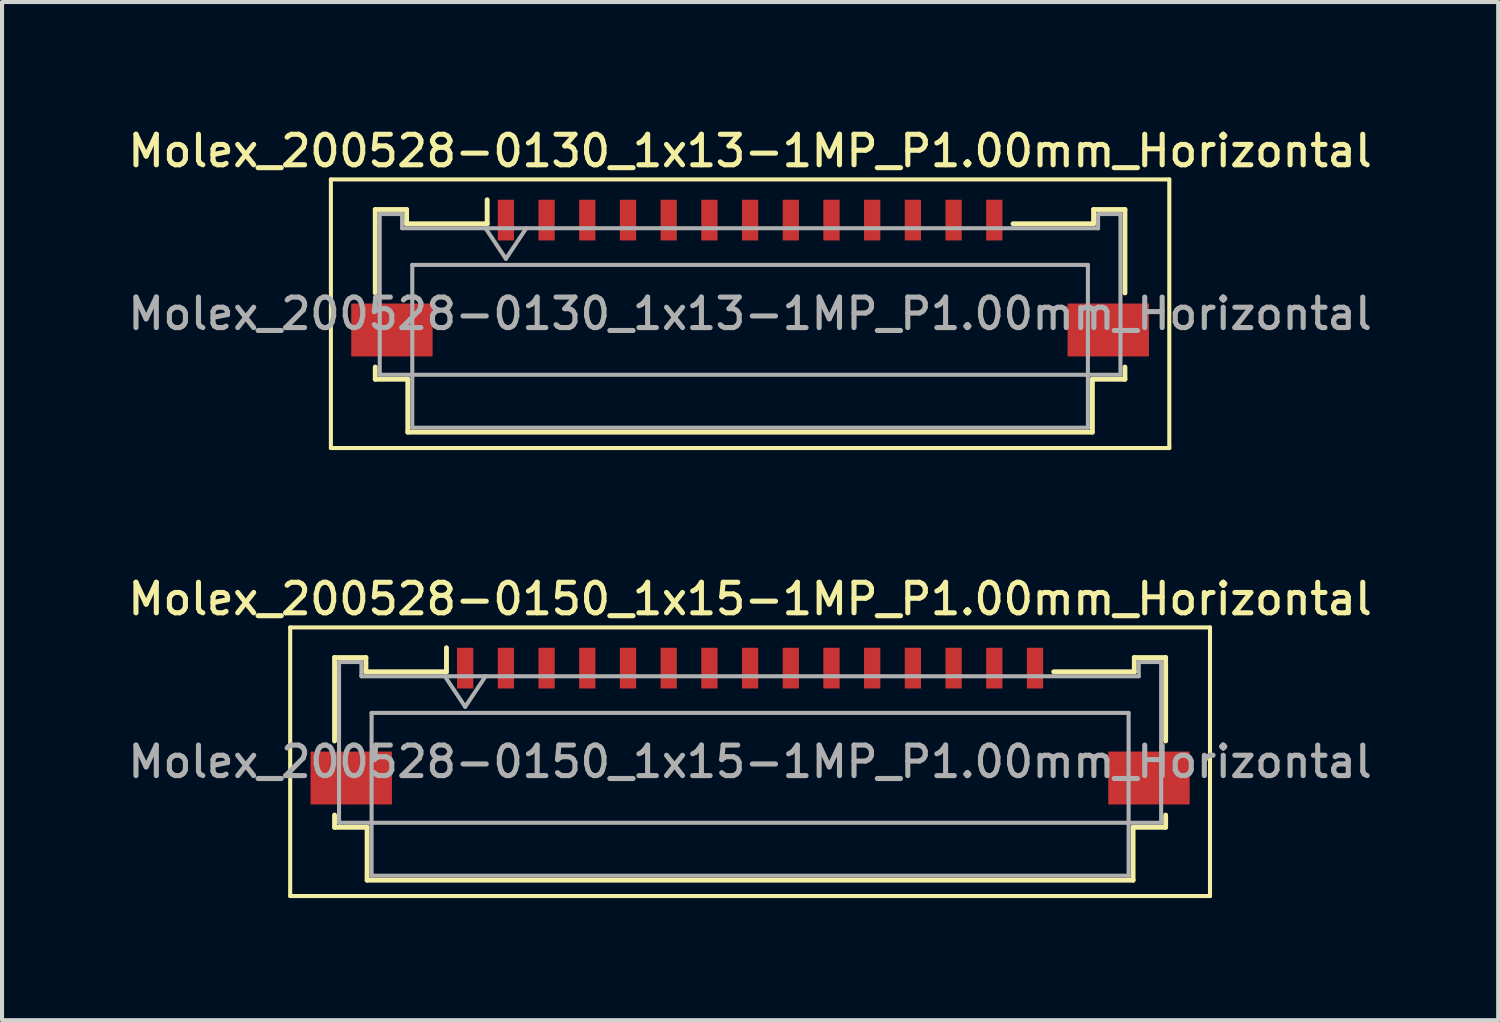
<source format=kicad_pcb>
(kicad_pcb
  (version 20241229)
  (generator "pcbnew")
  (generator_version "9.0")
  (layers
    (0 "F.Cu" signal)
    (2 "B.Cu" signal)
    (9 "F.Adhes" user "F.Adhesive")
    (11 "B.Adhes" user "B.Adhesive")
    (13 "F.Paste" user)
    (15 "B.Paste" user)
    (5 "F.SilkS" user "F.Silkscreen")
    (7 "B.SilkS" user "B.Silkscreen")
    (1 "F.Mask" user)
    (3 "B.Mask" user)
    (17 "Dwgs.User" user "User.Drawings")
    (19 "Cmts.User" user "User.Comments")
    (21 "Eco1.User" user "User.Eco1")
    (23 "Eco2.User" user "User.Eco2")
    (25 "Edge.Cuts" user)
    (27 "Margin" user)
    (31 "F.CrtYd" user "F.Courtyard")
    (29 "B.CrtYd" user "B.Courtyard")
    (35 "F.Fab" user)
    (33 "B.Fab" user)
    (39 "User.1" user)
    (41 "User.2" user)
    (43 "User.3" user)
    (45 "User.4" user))
  (footprint "Molex_200528-0130_1x13-1MP_P1.00mm_Horizontal"
    (layer "F.Cu")
    (at 15.38 3.268)
    (property "Reference" "Molex_200528-0130_1x13-1MP_P1.00mm_Horizontal" (at 0 -2.61 0) (layer "F.SilkS") (effects (font (size 0.75 0.75) (thickness 0.125))))
    (attr smd)
    (fp_line (start -10.3 -1.91) (end -10.3 4.69) (stroke (width 0.1) (type solid)) (layer "F.SilkS"))
    (fp_line (start -10.3 4.69) (end 10.3 4.69) (stroke (width 0.1) (type solid)) (layer "F.SilkS"))
    (fp_line (start -9.21 -1.17) (end -9.21 0.88) (stroke (width 0.12) (type solid)) (layer "F.SilkS"))
    (fp_line (start -9.21 2.7) (end -9.21 3) (stroke (width 0.12) (type solid)) (layer "F.SilkS"))
    (fp_line (start -9.21 3) (end -8.41 3) (stroke (width 0.12) (type solid)) (layer "F.SilkS"))
    (fp_line (start -8.44 -1.17) (end -9.21 -1.17) (stroke (width 0.12) (type solid)) (layer "F.SilkS"))
    (fp_line (start -8.44 -0.82) (end -8.44 -1.17) (stroke (width 0.12) (type solid)) (layer "F.SilkS"))
    (fp_line (start -8.41 3) (end -8.41 4.3) (stroke (width 0.12) (type solid)) (layer "F.SilkS"))
    (fp_line (start -8.41 4.3) (end 8.41 4.3) (stroke (width 0.12) (type solid)) (layer "F.SilkS"))
    (fp_line (start -6.46 -1.41) (end -6.46 -0.82) (stroke (width 0.12) (type solid)) (layer "F.SilkS"))
    (fp_line (start -6.46 -0.82) (end -8.44 -0.82) (stroke (width 0.12) (type solid)) (layer "F.SilkS"))
    (fp_line (start 8.41 3) (end 9.21 3) (stroke (width 0.12) (type solid)) (layer "F.SilkS"))
    (fp_line (start 8.41 4.3) (end 8.41 3) (stroke (width 0.12) (type solid)) (layer "F.SilkS"))
    (fp_line (start 8.44 -1.17) (end 8.44 -0.82) (stroke (width 0.12) (type solid)) (layer "F.SilkS"))
    (fp_line (start 8.44 -0.82) (end 6.46 -0.82) (stroke (width 0.12) (type solid)) (layer "F.SilkS"))
    (fp_line (start 9.21 -1.17) (end 8.44 -1.17) (stroke (width 0.12) (type solid)) (layer "F.SilkS"))
    (fp_line (start 9.21 0.88) (end 9.21 -1.17) (stroke (width 0.12) (type solid)) (layer "F.SilkS"))
    (fp_line (start 9.21 3) (end 9.21 2.7) (stroke (width 0.12) (type solid)) (layer "F.SilkS"))
    (fp_line (start 10.3 -1.91) (end -10.3 -1.91) (stroke (width 0.1) (type solid)) (layer "F.SilkS"))
    (fp_line (start 10.3 4.69) (end 10.3 -1.91) (stroke (width 0.1) (type solid)) (layer "F.SilkS"))
    (fp_line (start -9.1 -1.06) (end -9.1 2.89) (stroke (width 0.1) (type solid)) (layer "F.Fab"))
    (fp_line (start -9.1 2.89) (end 9.1 2.89) (stroke (width 0.1) (type solid)) (layer "F.Fab"))
    (fp_line (start -8.55 -1.06) (end -9.1 -1.06) (stroke (width 0.1) (type solid)) (layer "F.Fab"))
    (fp_line (start -8.55 -0.71) (end -8.55 -1.06) (stroke (width 0.1) (type solid)) (layer "F.Fab"))
    (fp_line (start -8.3 0.19) (end -8.3 4.19) (stroke (width 0.1) (type solid)) (layer "F.Fab"))
    (fp_line (start -8.3 4.19) (end 8.3 4.19) (stroke (width 0.1) (type solid)) (layer "F.Fab"))
    (fp_line (start -6.5 -0.71) (end -6 0.04) (stroke (width 0.1) (type solid)) (layer "F.Fab"))
    (fp_line (start -6 0.04) (end -5.5 -0.71) (stroke (width 0.1) (type solid)) (layer "F.Fab"))
    (fp_line (start 8.3 0.19) (end -8.3 0.19) (stroke (width 0.1) (type solid)) (layer "F.Fab"))
    (fp_line (start 8.3 4.19) (end 8.3 0.19) (stroke (width 0.1) (type solid)) (layer "F.Fab"))
    (fp_line (start 8.55 -1.06) (end 8.55 -0.71) (stroke (width 0.1) (type solid)) (layer "F.Fab"))
    (fp_line (start 8.55 -0.71) (end -8.55 -0.71) (stroke (width 0.1) (type solid)) (layer "F.Fab"))
    (fp_line (start 9.1 -1.06) (end 8.55 -1.06) (stroke (width 0.1) (type solid)) (layer "F.Fab"))
    (fp_line (start 9.1 2.89) (end 9.1 -1.06) (stroke (width 0.1) (type solid)) (layer "F.Fab"))
    (fp_text user "${REFERENCE}" (at 0 1.39 0) (layer "F.Fab") (effects (font (size 0.75 0.75) (thickness 0.125))))
    (pad "1" smd rect (at -6 -0.91) (size 0.4 1) (layers "F.Cu" "F.Mask" "F.Paste"))
    (pad "2" smd rect (at -5 -0.91) (size 0.4 1) (layers "F.Cu" "F.Mask" "F.Paste"))
    (pad "3" smd rect (at -4 -0.91) (size 0.4 1) (layers "F.Cu" "F.Mask" "F.Paste"))
    (pad "4" smd rect (at -3 -0.91) (size 0.4 1) (layers "F.Cu" "F.Mask" "F.Paste"))
    (pad "5" smd rect (at -2 -0.91) (size 0.4 1) (layers "F.Cu" "F.Mask" "F.Paste"))
    (pad "6" smd rect (at -1 -0.91) (size 0.4 1) (layers "F.Cu" "F.Mask" "F.Paste"))
    (pad "7" smd rect (at 0 -0.91) (size 0.4 1) (layers "F.Cu" "F.Mask" "F.Paste"))
    (pad "8" smd rect (at 1 -0.91) (size 0.4 1) (layers "F.Cu" "F.Mask" "F.Paste"))
    (pad "9" smd rect (at 2 -0.91) (size 0.4 1) (layers "F.Cu" "F.Mask" "F.Paste"))
    (pad "10" smd rect (at 3 -0.91) (size 0.4 1) (layers "F.Cu" "F.Mask" "F.Paste"))
    (pad "11" smd rect (at 4 -0.91) (size 0.4 1) (layers "F.Cu" "F.Mask" "F.Paste"))
    (pad "12" smd rect (at 5 -0.91) (size 0.4 1) (layers "F.Cu" "F.Mask" "F.Paste"))
    (pad "13" smd rect (at 6 -0.91) (size 0.4 1) (layers "F.Cu" "F.Mask" "F.Paste"))
    (pad "MP" smd rect (at -8.8 1.79) (size 2 1.3) (layers "F.Cu" "F.Mask" "F.Paste"))
    (pad "MP" smd rect (at 8.8 1.79) (size 2 1.3) (layers "F.Cu" "F.Mask" "F.Paste")))
  (footprint "Molex_200528-0150_1x15-1MP_P1.00mm_Horizontal"
    (layer "F.Cu")
    (at 15.38 14.276)
    (property "Reference" "Molex_200528-0150_1x15-1MP_P1.00mm_Horizontal" (at 0 -2.61 0) (layer "F.SilkS") (effects (font (size 0.75 0.75) (thickness 0.125))))
    (attr smd)
    (fp_line (start -11.3 -1.91) (end -11.3 4.69) (stroke (width 0.1) (type solid)) (layer "F.SilkS"))
    (fp_line (start -11.3 4.69) (end 11.3 4.69) (stroke (width 0.1) (type solid)) (layer "F.SilkS"))
    (fp_line (start -10.21 -1.17) (end -10.21 0.88) (stroke (width 0.12) (type solid)) (layer "F.SilkS"))
    (fp_line (start -10.21 2.7) (end -10.21 3) (stroke (width 0.12) (type solid)) (layer "F.SilkS"))
    (fp_line (start -10.21 3) (end -9.41 3) (stroke (width 0.12) (type solid)) (layer "F.SilkS"))
    (fp_line (start -9.44 -1.17) (end -10.21 -1.17) (stroke (width 0.12) (type solid)) (layer "F.SilkS"))
    (fp_line (start -9.44 -0.82) (end -9.44 -1.17) (stroke (width 0.12) (type solid)) (layer "F.SilkS"))
    (fp_line (start -9.41 3) (end -9.41 4.3) (stroke (width 0.12) (type solid)) (layer "F.SilkS"))
    (fp_line (start -9.41 4.3) (end 9.41 4.3) (stroke (width 0.12) (type solid)) (layer "F.SilkS"))
    (fp_line (start -7.46 -1.41) (end -7.46 -0.82) (stroke (width 0.12) (type solid)) (layer "F.SilkS"))
    (fp_line (start -7.46 -0.82) (end -9.44 -0.82) (stroke (width 0.12) (type solid)) (layer "F.SilkS"))
    (fp_line (start 9.41 3) (end 10.21 3) (stroke (width 0.12) (type solid)) (layer "F.SilkS"))
    (fp_line (start 9.41 4.3) (end 9.41 3) (stroke (width 0.12) (type solid)) (layer "F.SilkS"))
    (fp_line (start 9.44 -1.17) (end 9.44 -0.82) (stroke (width 0.12) (type solid)) (layer "F.SilkS"))
    (fp_line (start 9.44 -0.82) (end 7.46 -0.82) (stroke (width 0.12) (type solid)) (layer "F.SilkS"))
    (fp_line (start 10.21 -1.17) (end 9.44 -1.17) (stroke (width 0.12) (type solid)) (layer "F.SilkS"))
    (fp_line (start 10.21 0.88) (end 10.21 -1.17) (stroke (width 0.12) (type solid)) (layer "F.SilkS"))
    (fp_line (start 10.21 3) (end 10.21 2.7) (stroke (width 0.12) (type solid)) (layer "F.SilkS"))
    (fp_line (start 11.3 -1.91) (end -11.3 -1.91) (stroke (width 0.1) (type solid)) (layer "F.SilkS"))
    (fp_line (start 11.3 4.69) (end 11.3 -1.91) (stroke (width 0.1) (type solid)) (layer "F.SilkS"))
    (fp_line (start -10.1 -1.06) (end -10.1 2.89) (stroke (width 0.1) (type solid)) (layer "F.Fab"))
    (fp_line (start -10.1 2.89) (end 10.1 2.89) (stroke (width 0.1) (type solid)) (layer "F.Fab"))
    (fp_line (start -9.55 -1.06) (end -10.1 -1.06) (stroke (width 0.1) (type solid)) (layer "F.Fab"))
    (fp_line (start -9.55 -0.71) (end -9.55 -1.06) (stroke (width 0.1) (type solid)) (layer "F.Fab"))
    (fp_line (start -9.3 0.19) (end -9.3 4.19) (stroke (width 0.1) (type solid)) (layer "F.Fab"))
    (fp_line (start -9.3 4.19) (end 9.3 4.19) (stroke (width 0.1) (type solid)) (layer "F.Fab"))
    (fp_line (start -7.5 -0.71) (end -7 0.04) (stroke (width 0.1) (type solid)) (layer "F.Fab"))
    (fp_line (start -7 0.04) (end -6.5 -0.71) (stroke (width 0.1) (type solid)) (layer "F.Fab"))
    (fp_line (start 9.3 0.19) (end -9.3 0.19) (stroke (width 0.1) (type solid)) (layer "F.Fab"))
    (fp_line (start 9.3 4.19) (end 9.3 0.19) (stroke (width 0.1) (type solid)) (layer "F.Fab"))
    (fp_line (start 9.55 -1.06) (end 9.55 -0.71) (stroke (width 0.1) (type solid)) (layer "F.Fab"))
    (fp_line (start 9.55 -0.71) (end -9.55 -0.71) (stroke (width 0.1) (type solid)) (layer "F.Fab"))
    (fp_line (start 10.1 -1.06) (end 9.55 -1.06) (stroke (width 0.1) (type solid)) (layer "F.Fab"))
    (fp_line (start 10.1 2.89) (end 10.1 -1.06) (stroke (width 0.1) (type solid)) (layer "F.Fab"))
    (fp_text user "${REFERENCE}" (at 0 1.39 0) (layer "F.Fab") (effects (font (size 0.75 0.75) (thickness 0.125))))
    (pad "1" smd rect (at -7 -0.91) (size 0.4 1) (layers "F.Cu" "F.Mask" "F.Paste"))
    (pad "2" smd rect (at -6 -0.91) (size 0.4 1) (layers "F.Cu" "F.Mask" "F.Paste"))
    (pad "3" smd rect (at -5 -0.91) (size 0.4 1) (layers "F.Cu" "F.Mask" "F.Paste"))
    (pad "4" smd rect (at -4 -0.91) (size 0.4 1) (layers "F.Cu" "F.Mask" "F.Paste"))
    (pad "5" smd rect (at -3 -0.91) (size 0.4 1) (layers "F.Cu" "F.Mask" "F.Paste"))
    (pad "6" smd rect (at -2 -0.91) (size 0.4 1) (layers "F.Cu" "F.Mask" "F.Paste"))
    (pad "7" smd rect (at -1 -0.91) (size 0.4 1) (layers "F.Cu" "F.Mask" "F.Paste"))
    (pad "8" smd rect (at 0 -0.91) (size 0.4 1) (layers "F.Cu" "F.Mask" "F.Paste"))
    (pad "9" smd rect (at 1 -0.91) (size 0.4 1) (layers "F.Cu" "F.Mask" "F.Paste"))
    (pad "10" smd rect (at 2 -0.91) (size 0.4 1) (layers "F.Cu" "F.Mask" "F.Paste"))
    (pad "11" smd rect (at 3 -0.91) (size 0.4 1) (layers "F.Cu" "F.Mask" "F.Paste"))
    (pad "12" smd rect (at 4 -0.91) (size 0.4 1) (layers "F.Cu" "F.Mask" "F.Paste"))
    (pad "13" smd rect (at 5 -0.91) (size 0.4 1) (layers "F.Cu" "F.Mask" "F.Paste"))
    (pad "14" smd rect (at 6 -0.91) (size 0.4 1) (layers "F.Cu" "F.Mask" "F.Paste"))
    (pad "15" smd rect (at 7 -0.91) (size 0.4 1) (layers "F.Cu" "F.Mask" "F.Paste"))
    (pad "MP" smd rect (at -9.8 1.79) (size 2 1.3) (layers "F.Cu" "F.Mask" "F.Paste"))
    (pad "MP" smd rect (at 9.8 1.79) (size 2 1.3) (layers "F.Cu" "F.Mask" "F.Paste")))
  (gr_rect
    (start -3 -3)
    (end 33.761 22.016)
    (stroke (width 0.1) (type default))
    (fill no)
    (layer "Edge.Cuts")))
</source>
